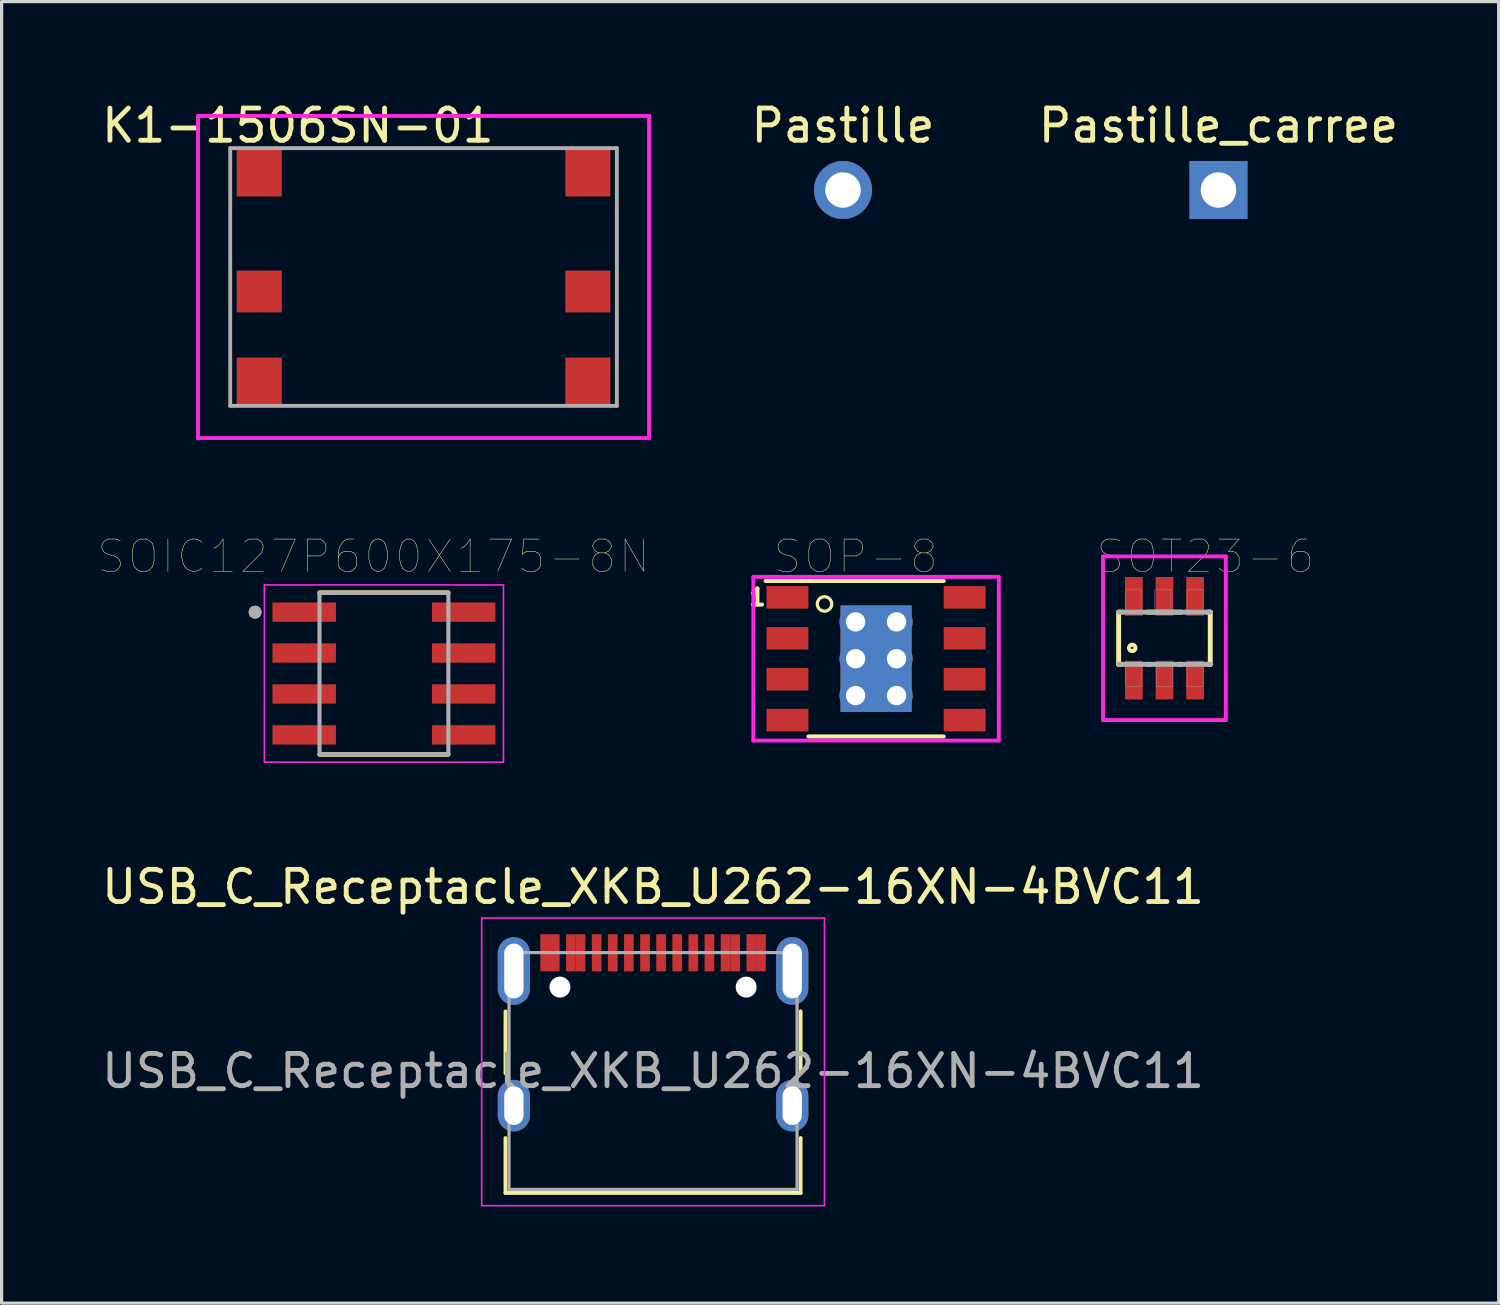
<source format=kicad_pcb>
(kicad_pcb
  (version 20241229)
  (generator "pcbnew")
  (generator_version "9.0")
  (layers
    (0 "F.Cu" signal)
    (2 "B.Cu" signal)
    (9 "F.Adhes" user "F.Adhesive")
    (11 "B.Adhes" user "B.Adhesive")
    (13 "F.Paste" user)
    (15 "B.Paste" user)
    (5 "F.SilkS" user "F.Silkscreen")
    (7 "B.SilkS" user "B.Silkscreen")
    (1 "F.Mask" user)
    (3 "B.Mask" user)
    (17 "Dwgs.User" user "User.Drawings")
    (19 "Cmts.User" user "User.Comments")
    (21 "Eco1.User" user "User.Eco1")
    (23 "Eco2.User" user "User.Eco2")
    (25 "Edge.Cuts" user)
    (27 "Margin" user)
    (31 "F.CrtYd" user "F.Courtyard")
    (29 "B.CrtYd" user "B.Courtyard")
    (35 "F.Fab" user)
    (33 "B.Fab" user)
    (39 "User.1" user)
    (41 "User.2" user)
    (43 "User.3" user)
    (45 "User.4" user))
  (footprint "Pastille_carree"
    (layer "F.Cu")
    (at 34.77 2.848)
    (property "Reference" "Pastille_carree" (at 0 -2 0) (unlocked yes) (layer "F.SilkS") (effects (font (size 1 1) (thickness 0.15))))
    (attr through_hole exclude_from_pos_files exclude_from_bom)
    (pad "1" thru_hole rect (at 0 0) (size 1.8 1.8) (drill 1.1) (layers "*.Cu" "*.Mask")))
  (footprint "SOIC127P600X175-8N"
    (layer "F.Cu")
    (at 8.867 17.855)
    (property "Reference" "SOIC127P600X175-8N" (at -0.325 -3.635 0) (layer "F.SilkS") (effects (font (size 1 1) (thickness 0.015))))
    (attr through_hole)
    (fp_line (start -2 -2.519) (end 2 -2.519) (stroke (width 0.127) (type solid)) (layer "F.SilkS"))
    (fp_line (start -2 2.519) (end 2 2.519) (stroke (width 0.127) (type solid)) (layer "F.SilkS"))
    (fp_circle (center -4 -1.905) (end -3.9 -1.905) (stroke (width 0.2) (type solid)) (fill no) (layer "F.SilkS"))
    (fp_line (start -3.71 -2.75) (end -3.71 2.75) (stroke (width 0.05) (type solid)) (layer "F.CrtYd"))
    (fp_line (start -3.71 -2.75) (end 3.71 -2.75) (stroke (width 0.05) (type solid)) (layer "F.CrtYd"))
    (fp_line (start -3.71 2.75) (end 3.71 2.75) (stroke (width 0.05) (type solid)) (layer "F.CrtYd"))
    (fp_line (start 3.71 -2.75) (end 3.71 2.75) (stroke (width 0.05) (type solid)) (layer "F.CrtYd"))
    (fp_line (start -2 -2.5) (end -2 2.5) (stroke (width 0.127) (type solid)) (layer "F.Fab"))
    (fp_line (start -2 -2.5) (end 2 -2.5) (stroke (width 0.127) (type solid)) (layer "F.Fab"))
    (fp_line (start -2 2.5) (end 2 2.5) (stroke (width 0.127) (type solid)) (layer "F.Fab"))
    (fp_line (start 2 -2.5) (end 2 2.5) (stroke (width 0.127) (type solid)) (layer "F.Fab"))
    (fp_circle (center -4 -1.905) (end -3.9 -1.905) (stroke (width 0.2) (type solid)) (fill no) (layer "F.Fab"))
    (pad "1" smd rect (at -2.475 -1.905) (size 1.97 0.6) (layers "F.Cu" "F.Mask" "F.Paste"))
    (pad "2" smd rect (at -2.475 -0.635) (size 1.97 0.6) (layers "F.Cu" "F.Mask" "F.Paste"))
    (pad "3" smd rect (at -2.475 0.635) (size 1.97 0.6) (layers "F.Cu" "F.Mask" "F.Paste"))
    (pad "4" smd rect (at -2.475 1.905) (size 1.97 0.6) (layers "F.Cu" "F.Mask" "F.Paste"))
    (pad "5" smd rect (at 2.475 1.905) (size 1.97 0.6) (layers "F.Cu" "F.Mask" "F.Paste"))
    (pad "6" smd rect (at 2.475 0.635) (size 1.97 0.6) (layers "F.Cu" "F.Mask" "F.Paste"))
    (pad "7" smd rect (at 2.475 -0.635) (size 1.97 0.6) (layers "F.Cu" "F.Mask" "F.Paste"))
    (pad "8" smd rect (at 2.475 -1.905) (size 1.97 0.6) (layers "F.Cu" "F.Mask" "F.Paste")))
  (footprint "SOT23-6"
    (layer "F.Cu")
    (at 33.093 16.76)
    (property "Reference" "SOT23-6" (at 1.27 -2.54 0) (layer "F.SilkS") (effects (font (size 1 1) (thickness 0.015))))
    (attr through_hole)
    (fp_line (start -1.422 -0.81) (end -1.328 -0.81) (stroke (width 0.152) (type solid)) (layer "F.SilkS"))
    (fp_line (start -1.422 0.81) (end -1.422 -0.81) (stroke (width 0.152) (type solid)) (layer "F.SilkS"))
    (fp_line (start -1.328 0.81) (end -1.422 0.81) (stroke (width 0.152) (type solid)) (layer "F.SilkS"))
    (fp_line (start -0.522 -0.81) (end 0.522 -0.81) (stroke (width 0.152) (type solid)) (layer "F.SilkS"))
    (fp_line (start -0.428 0.81) (end -0.522 0.81) (stroke (width 0.152) (type solid)) (layer "F.SilkS"))
    (fp_line (start 0.522 0.81) (end 0.428 0.81) (stroke (width 0.152) (type solid)) (layer "F.SilkS"))
    (fp_line (start 1.328 -0.81) (end 1.422 -0.81) (stroke (width 0.152) (type solid)) (layer "F.SilkS"))
    (fp_line (start 1.422 -0.81) (end 1.422 0.81) (stroke (width 0.152) (type solid)) (layer "F.SilkS"))
    (fp_line (start 1.422 0.81) (end 1.328 0.81) (stroke (width 0.152) (type solid)) (layer "F.SilkS"))
    (fp_circle (center -1 0.3) (end -0.9 0.3) (stroke (width 0.127) (type solid)) (fill no) (layer "F.SilkS"))
    (fp_line (start -1.905 -2.54) (end -1.905 2.54) (stroke (width 0.12) (type solid)) (layer "F.CrtYd"))
    (fp_line (start -1.905 2.54) (end 1.905 2.54) (stroke (width 0.12) (type solid)) (layer "F.CrtYd"))
    (fp_line (start 1.905 -2.54) (end -1.905 -2.54) (stroke (width 0.12) (type solid)) (layer "F.CrtYd"))
    (fp_line (start 1.905 2.54) (end 1.905 -2.54) (stroke (width 0.12) (type solid)) (layer "F.CrtYd"))
    (fp_line (start -1.422 -0.81) (end 1.422 -0.81) (stroke (width 0.152) (type solid)) (layer "F.Fab"))
    (fp_line (start 1.422 0.81) (end -1.422 0.81) (stroke (width 0.152) (type solid)) (layer "F.Fab"))
    (fp_poly (pts (xy -1.2 -1.5) (xy -0.7 -1.5) (xy -0.7 -0.85) (xy -1.2 -0.85)) (stroke (width 0.01) (type solid)) (fill no) (layer "F.Fab"))
    (fp_poly (pts (xy -1.2 0.85) (xy -0.7 0.85) (xy -0.7 1.5) (xy -1.2 1.5)) (stroke (width 0.01) (type solid)) (fill no) (layer "F.Fab"))
    (fp_poly (pts (xy -0.3 -1.5) (xy 0.2 -1.5) (xy 0.2 -0.85) (xy -0.3 -0.85)) (stroke (width 0.01) (type solid)) (fill no) (layer "F.Fab"))
    (fp_poly (pts (xy -0.25 0.85) (xy 0.25 0.85) (xy 0.25 1.5) (xy -0.25 1.5)) (stroke (width 0.01) (type solid)) (fill no) (layer "F.Fab"))
    (fp_poly (pts (xy 0.7 -1.5) (xy 1.2 -1.5) (xy 1.2 -0.85) (xy 0.7 -0.85)) (stroke (width 0.01) (type solid)) (fill no) (layer "F.Fab"))
    (fp_poly (pts (xy 0.7 0.85) (xy 1.2 0.85) (xy 1.2 1.5) (xy 0.7 1.5)) (stroke (width 0.01) (type solid)) (fill no) (layer "F.Fab"))
    (pad "1" smd rect (at -0.95 1.3) (size 0.55 1.2) (layers "F.Cu" "F.Mask" "F.Paste"))
    (pad "2" smd rect (at 0 1.3) (size 0.55 1.2) (layers "F.Cu" "F.Mask" "F.Paste"))
    (pad "3" smd rect (at 0.95 1.3) (size 0.55 1.2) (layers "F.Cu" "F.Mask" "F.Paste"))
    (pad "4" smd rect (at 0.95 -1.3) (size 0.55 1.2) (layers "F.Cu" "F.Mask" "F.Paste"))
    (pad "5" smd rect (at 0 -1.3) (size 0.55 1.2) (layers "F.Cu" "F.Mask" "F.Paste"))
    (pad "6" smd rect (at -0.95 -1.3) (size 0.55 1.2) (layers "F.Cu" "F.Mask" "F.Paste")))
  (footprint "USB_C_Receptacle_XKB_U262-16XN-4BVC11"
    (layer "F.Cu")
    (at 17.22 30.193)
    (property "Reference" "USB_C_Receptacle_XKB_U262-16XN-4BVC11" (at 0 -5.715 0) (layer "F.SilkS") (effects (font (size 1 1) (thickness 0.15))))
    (attr smd)
    (fp_line (start -4.58 -1.85) (end -4.58 0.07) (stroke (width 0.12) (type solid)) (layer "F.SilkS"))
    (fp_line (start -4.58 3.785) (end -4.58 2.08) (stroke (width 0.12) (type solid)) (layer "F.SilkS"))
    (fp_line (start 4.58 0.07) (end 4.58 -1.85) (stroke (width 0.12) (type solid)) (layer "F.SilkS"))
    (fp_line (start 4.58 2.08) (end 4.58 3.785) (stroke (width 0.12) (type solid)) (layer "F.SilkS"))
    (fp_line (start 4.58 3.785) (end -4.58 3.785) (stroke (width 0.12) (type solid)) (layer "F.SilkS"))
    (fp_line (start -5.32 -4.75) (end 5.32 -4.75) (stroke (width 0.05) (type solid)) (layer "F.CrtYd"))
    (fp_line (start -5.32 4.18) (end -5.32 -4.75) (stroke (width 0.05) (type solid)) (layer "F.CrtYd"))
    (fp_line (start 5.32 -4.75) (end 5.32 4.18) (stroke (width 0.05) (type solid)) (layer "F.CrtYd"))
    (fp_line (start 5.32 4.18) (end -5.32 4.18) (stroke (width 0.05) (type solid)) (layer "F.CrtYd"))
    (fp_line (start -4.47 -3.675) (end -4.47 3.675) (stroke (width 0.1) (type solid)) (layer "F.Fab"))
    (fp_line (start -4.47 -3.675) (end 4.47 -3.675) (stroke (width 0.1) (type solid)) (layer "F.Fab"))
    (fp_line (start -4.47 3.675) (end 4.47 3.675) (stroke (width 0.1) (type solid)) (layer "F.Fab"))
    (fp_line (start 4.47 3.675) (end 4.47 -3.675) (stroke (width 0.1) (type solid)) (layer "F.Fab"))
    (fp_text user "${REFERENCE}" (at 0 0 0) (layer "F.Fab") (effects (font (size 1 1) (thickness 0.15))))
    (pad "" np_thru_hole circle (at -2.89 -2.605) (size 0.65 0.65) (drill 0.65) (layers "*.Cu" "*.Mask"))
    (pad "" np_thru_hole circle (at 2.89 -2.605) (size 0.65 0.65) (drill 0.65) (layers "*.Cu" "*.Mask"))
    (pad "A1" smd rect (at -3.35 -3.67) (size 0.3 1.15) (layers "F.Cu" "F.Mask" "F.Paste"))
    (pad "A4" smd rect (at -2.55 -3.67) (size 0.3 1.15) (layers "F.Cu" "F.Mask" "F.Paste"))
    (pad "A5" smd rect (at -1.25 -3.67) (size 0.3 1.15) (layers "F.Cu" "F.Mask" "F.Paste"))
    (pad "A6" smd rect (at -0.25 -3.67) (size 0.3 1.15) (layers "F.Cu" "F.Mask" "F.Paste"))
    (pad "A7" smd rect (at 0.25 -3.67) (size 0.3 1.15) (layers "F.Cu" "F.Mask" "F.Paste"))
    (pad "A8" smd rect (at 1.25 -3.67) (size 0.3 1.15) (layers "F.Cu" "F.Mask" "F.Paste"))
    (pad "A9" smd rect (at 2.55 -3.67) (size 0.3 1.15) (layers "F.Cu" "F.Mask" "F.Paste"))
    (pad "A12" smd rect (at 3.35 -3.67) (size 0.3 1.15) (layers "F.Cu" "F.Mask" "F.Paste"))
    (pad "B1" smd rect (at 3.05 -3.67) (size 0.3 1.15) (layers "F.Cu" "F.Mask" "F.Paste"))
    (pad "B4" smd rect (at 2.25 -3.67) (size 0.3 1.15) (layers "F.Cu" "F.Mask" "F.Paste"))
    (pad "B5" smd rect (at 1.75 -3.67) (size 0.3 1.15) (layers "F.Cu" "F.Mask" "F.Paste"))
    (pad "B6" smd rect (at 0.75 -3.67) (size 0.3 1.15) (layers "F.Cu" "F.Mask" "F.Paste"))
    (pad "B7" smd rect (at -0.75 -3.67) (size 0.3 1.15) (layers "F.Cu" "F.Mask" "F.Paste"))
    (pad "B8" smd rect (at -1.75 -3.67) (size 0.3 1.15) (layers "F.Cu" "F.Mask" "F.Paste"))
    (pad "B9" smd rect (at -2.25 -3.67) (size 0.3 1.15) (layers "F.Cu" "F.Mask" "F.Paste"))
    (pad "B12" smd rect (at -3.05 -3.67) (size 0.3 1.15) (layers "F.Cu" "F.Mask" "F.Paste"))
    (pad "S1" thru_hole oval (at -4.32 -3.105) (size 1 2.1) (drill oval 0.6 1.7) (layers "*.Cu" "*.Mask"))
    (pad "S1" thru_hole oval (at -4.32 1.075) (size 1 1.6) (drill oval 0.6 1.2) (layers "*.Cu" "*.Mask"))
    (pad "S1" thru_hole oval (at 4.32 -3.105) (size 1 2.1) (drill oval 0.6 1.7) (layers "*.Cu" "*.Mask"))
    (pad "S1" thru_hole oval (at 4.32 1.075) (size 1 1.6) (drill oval 0.6 1.2) (layers "*.Cu" "*.Mask")))
  (footprint "K1-1506SN-01"
    (layer "F.Cu")
    (at 10.096 5.548)
    (property "Reference" "K1-1506SN-01" (at -3.9 -4.7 0) (layer "F.SilkS") (effects (font (size 1 1) (thickness 0.15))))
    (attr through_hole)
    (fp_line (start -7 -5) (end -7 5) (stroke (width 0.12) (type solid)) (layer "F.CrtYd"))
    (fp_line (start -7 5) (end 7 5) (stroke (width 0.12) (type solid)) (layer "F.CrtYd"))
    (fp_line (start 7 -5) (end -7 -5) (stroke (width 0.12) (type solid)) (layer "F.CrtYd"))
    (fp_line (start 7 5) (end 7 -5) (stroke (width 0.12) (type solid)) (layer "F.CrtYd"))
    (fp_line (start -6 -4) (end -6 4) (stroke (width 0.12) (type solid)) (layer "F.Fab"))
    (fp_line (start -6 4) (end 6 4) (stroke (width 0.12) (type solid)) (layer "F.Fab"))
    (fp_line (start 6 -4) (end -6 -4) (stroke (width 0.12) (type solid)) (layer "F.Fab"))
    (fp_line (start 6 4) (end 6 -4) (stroke (width 0.12) (type solid)) (layer "F.Fab"))
    (pad "1" smd rect (at -5.1 -3.25) (size 1.4 1.5) (layers "F.Cu" "F.Mask" "F.Paste"))
    (pad "2" smd rect (at -5.1 0.45) (size 1.4 1.3) (layers "F.Cu" "F.Mask" "F.Paste"))
    (pad "3" smd rect (at -5.1 3.25) (size 1.4 1.5) (layers "F.Cu" "F.Mask" "F.Paste"))
    (pad "4" smd rect (at 5.1 3.25) (size 1.4 1.5) (layers "F.Cu" "F.Mask" "F.Paste"))
    (pad "5" smd rect (at 5.1 0.45) (size 1.4 1.3) (layers "F.Cu" "F.Mask" "F.Paste"))
    (pad "6" smd rect (at 5.1 -3.25) (size 1.4 1.5) (layers "F.Cu" "F.Mask" "F.Paste")))
  (footprint "SOP-8"
    (layer "F.Cu")
    (at 24.142 17.396)
    (property "Reference" "SOP-8" (at -0.635 -3.176 0) (layer "F.SilkS") (effects (font (size 1 1) (thickness 0.015))))
    (attr smd)
    (fp_line (start -2.1 2.413) (end 2.1 2.413) (stroke (width 0.127) (type solid)) (layer "F.SilkS"))
    (fp_line (start 2.1 -2.413) (end -3.429 -2.413) (stroke (width 0.127) (type solid)) (layer "F.SilkS"))
    (fp_circle (center -1.6 -1.7) (end -1.376 -1.7) (stroke (width 0.1) (type solid)) (fill no) (layer "F.SilkS"))
    (fp_line (start -3.81 -2.54) (end -3.81 2.54) (stroke (width 0.12) (type solid)) (layer "F.CrtYd"))
    (fp_line (start -3.81 2.54) (end 3.81 2.54) (stroke (width 0.12) (type solid)) (layer "F.CrtYd"))
    (fp_line (start 3.81 -2.54) (end -3.81 -2.54) (stroke (width 0.12) (type solid)) (layer "F.CrtYd"))
    (fp_line (start 3.81 2.54) (end 3.81 -2.54) (stroke (width 0.12) (type solid)) (layer "F.CrtYd"))
    (fp_text user "1" (at -3.683 -1.905 0) (unlocked yes) (layer "F.SilkS") (effects (font (size 0.5 0.5) (thickness 0.125))))
    (pad "1" smd rect (at -2.75 -1.905) (size 1.3 0.7) (layers "F.Cu" "F.Mask" "F.Paste"))
    (pad "1" thru_hole circle (at -0.635 -1.143) (size 1 1) (drill 0.6) (layers "*.Cu" "*.Mask"))
    (pad "1" thru_hole circle (at -0.635 0) (size 1 1) (drill 0.6) (layers "*.Cu" "*.Mask"))
    (pad "1" thru_hole circle (at -0.635 1.143) (size 1 1) (drill 0.6) (layers "*.Cu" "*.Mask"))
    (pad "1" smd rect (at 0 0) (size 2.2 3.3) (layers "F.Cu" "F.Mask" "F.Paste"))
    (pad "1" smd rect (at 0 0) (size 2.2 3.3) (layers "F.Cu" "F.Mask" "F.Paste"))
    (pad "1" smd rect (at 0 0) (size 2.2 3.3) (layers "B.Cu" "B.Mask" "B.Paste"))
    (pad "1" thru_hole circle (at 0.635 -1.143) (size 1 1) (drill 0.6) (layers "*.Cu" "*.Mask"))
    (pad "1" thru_hole circle (at 0.635 0) (size 1 1) (drill 0.6) (layers "*.Cu" "*.Mask"))
    (pad "1" thru_hole circle (at 0.635 1.143) (size 1 1) (drill 0.6) (layers "*.Cu" "*.Mask"))
    (pad "2" smd rect (at -2.75 -0.635) (size 1.3 0.7) (layers "F.Cu" "F.Mask" "F.Paste"))
    (pad "3" smd rect (at -2.75 0.635) (size 1.3 0.7) (layers "F.Cu" "F.Mask" "F.Paste"))
    (pad "4" smd rect (at -2.75 1.905) (size 1.3 0.7) (layers "F.Cu" "F.Mask" "F.Paste"))
    (pad "5" smd rect (at 2.75 1.905) (size 1.3 0.7) (layers "F.Cu" "F.Mask" "F.Paste"))
    (pad "6" smd rect (at 2.75 0.635) (size 1.3 0.7) (layers "F.Cu" "F.Mask" "F.Paste"))
    (pad "7" smd rect (at 2.75 -0.635) (size 1.3 0.7) (layers "F.Cu" "F.Mask" "F.Paste"))
    (pad "8" smd rect (at 2.75 -1.905) (size 1.3 0.7) (layers "F.Cu" "F.Mask" "F.Paste")))
  (footprint "Pastille"
    (layer "F.Cu")
    (at 23.115 2.848)
    (property "Reference" "Pastille" (at 0 -2 0) (unlocked yes) (layer "F.SilkS") (effects (font (size 1 1) (thickness 0.15))))
    (attr through_hole exclude_from_pos_files exclude_from_bom)
    (pad "1" thru_hole circle (at 0 0) (size 1.8 1.8) (drill 1.1) (layers "*.Cu" "*.Mask")))
  (gr_rect
    (start -3 -3)
    (end 43.466 37.398)
    (stroke (width 0.1) (type default))
    (fill no)
    (layer "Edge.Cuts")))
</source>
